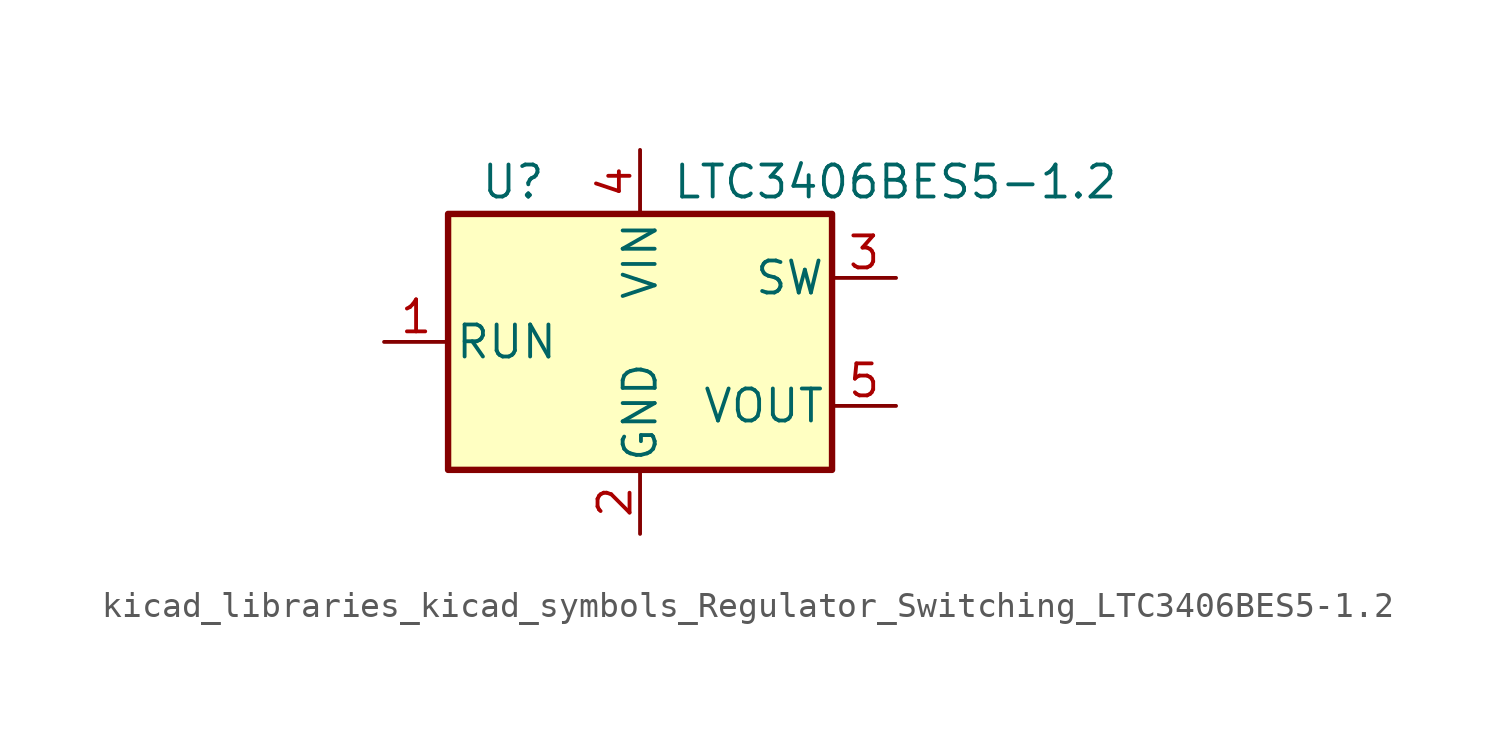
<source format=kicad_sym>
(kicad_symbol_lib
  (version 20220914)
  (generator kicad_symbol_editor)
  (symbol "kicad_libraries_kicad_symbols_Regulator_Switching_LTC3406BES5-1.2"
    (pin_names
      (offset 0.254))
    (property "Reference" "U"
      (at -6.35 6.35 0)
      (effects (font (size 1.27 1.27)) (justify left)))
    (property "Value" "LTC3406BES5-1.2"
      (at 1.27 6.35 0)
      (effects (font (size 1.27 1.27)) (justify left)))
    (symbol "kicad_libraries_kicad_symbols_Regulator_Switching_LTC3406BES5-1.2_0_1"
      (rectangle (start -7.62 5.08) (end 7.62 -5.08) (stroke (width 0.254) (type default)) (fill (type background))))
    (symbol "kicad_libraries_kicad_symbols_Regulator_Switching_LTC3406BES5-1.2_1_1"
      (pin input line (at -10.16 0 0) (length 2.54) (name "RUN" (effects (font (size 1.27 1.27)))) (number "1" (effects (font (size 1.27 1.27)))))
      (pin power_in line (at 0 -7.62 90) (length 2.54) (name "GND" (effects (font (size 1.27 1.27)))) (number "2" (effects (font (size 1.27 1.27)))))
      (pin output line (at 10.16 2.54 180) (length 2.54) (name "SW" (effects (font (size 1.27 1.27)))) (number "3" (effects (font (size 1.27 1.27)))))
      (pin power_in line (at 0 7.62 270) (length 2.54) (name "VIN" (effects (font (size 1.27 1.27)))) (number "4" (effects (font (size 1.27 1.27)))))
      (pin power_out line (at 10.16 -2.54 180) (length 2.54) (name "VOUT" (effects (font (size 1.27 1.27)))) (number "5" (effects (font (size 1.27 1.27))))))))
</source>
